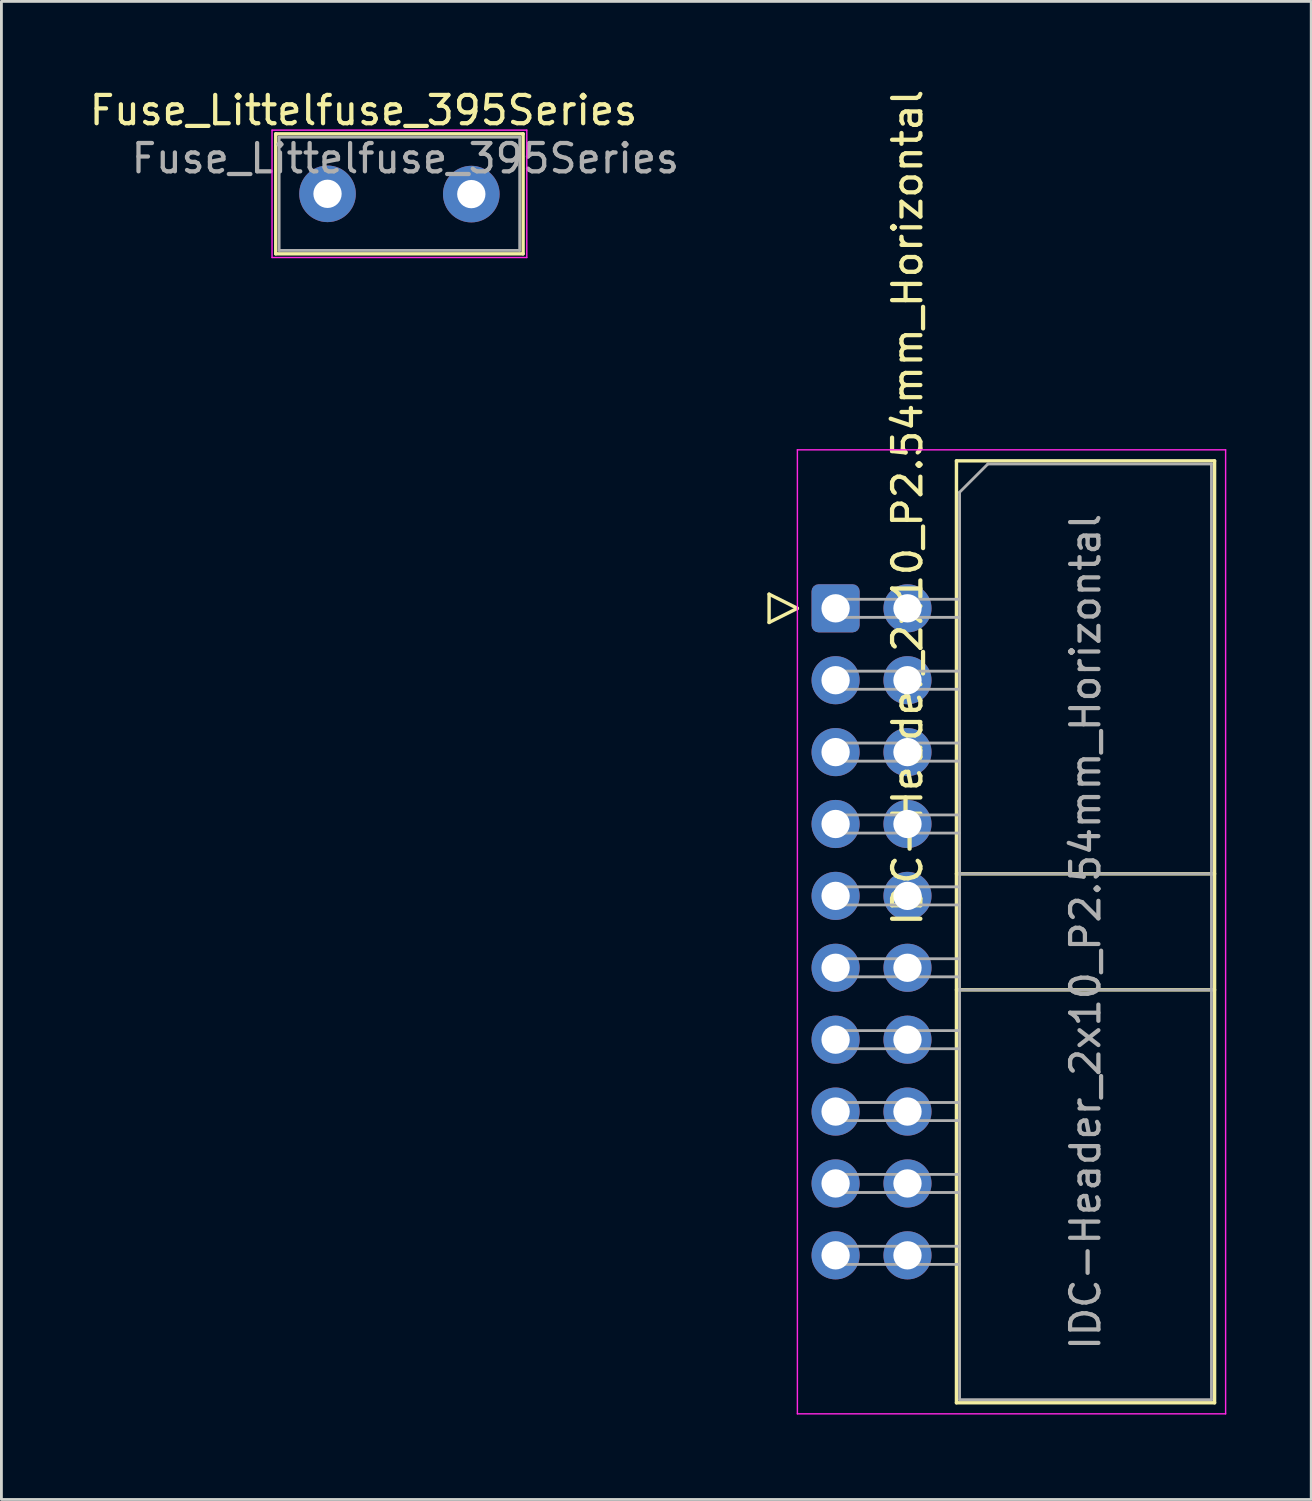
<source format=kicad_pcb>
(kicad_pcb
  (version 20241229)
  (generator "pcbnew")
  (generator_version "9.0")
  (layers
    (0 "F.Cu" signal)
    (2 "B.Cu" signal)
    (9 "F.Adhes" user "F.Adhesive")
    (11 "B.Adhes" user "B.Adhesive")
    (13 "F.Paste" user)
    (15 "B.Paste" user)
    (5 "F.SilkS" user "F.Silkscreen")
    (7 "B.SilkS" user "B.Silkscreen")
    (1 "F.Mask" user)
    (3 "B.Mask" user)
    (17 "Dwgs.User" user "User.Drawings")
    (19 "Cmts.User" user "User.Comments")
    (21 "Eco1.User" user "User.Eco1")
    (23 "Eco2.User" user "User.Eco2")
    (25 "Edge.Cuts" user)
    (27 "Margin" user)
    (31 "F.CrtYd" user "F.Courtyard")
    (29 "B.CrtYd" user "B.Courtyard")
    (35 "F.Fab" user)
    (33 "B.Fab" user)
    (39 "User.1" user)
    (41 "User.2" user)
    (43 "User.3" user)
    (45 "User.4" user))
  (footprint "IDC-Header_2x10_P2.54mm_Horizontal"
    (layer "F.Cu")
    (at 26.473 18.443)
    (property "Reference" "IDC-Header_2x10_P2.54mm_Horizontal" (at 2.54 -3.556 90) (layer "F.SilkS") (effects (font (size 1 1) (thickness 0.15))))
    (attr through_hole)
    (fp_line (start -2.35 -0.5) (end -2.35 0.5) (stroke (width 0.12) (type solid)) (layer "F.SilkS"))
    (fp_line (start -2.35 0.5) (end -1.35 0) (stroke (width 0.12) (type solid)) (layer "F.SilkS"))
    (fp_line (start -1.35 0) (end -2.35 -0.5) (stroke (width 0.12) (type solid)) (layer "F.SilkS"))
    (fp_line (start 4.27 -5.21) (end 13.39 -5.21) (stroke (width 0.12) (type solid)) (layer "F.SilkS"))
    (fp_line (start 4.27 9.38) (end 13.39 9.38) (stroke (width 0.12) (type solid)) (layer "F.SilkS"))
    (fp_line (start 4.27 13.48) (end 13.39 13.48) (stroke (width 0.12) (type solid)) (layer "F.SilkS"))
    (fp_line (start 4.27 28.07) (end 4.27 -5.21) (stroke (width 0.12) (type solid)) (layer "F.SilkS"))
    (fp_line (start 13.39 -5.21) (end 13.39 28.07) (stroke (width 0.12) (type solid)) (layer "F.SilkS"))
    (fp_line (start 13.39 28.07) (end 4.27 28.07) (stroke (width 0.12) (type solid)) (layer "F.SilkS"))
    (fp_line (start -1.35 -5.6) (end -1.35 28.46) (stroke (width 0.05) (type solid)) (layer "F.CrtYd"))
    (fp_line (start -1.35 28.46) (end 13.78 28.46) (stroke (width 0.05) (type solid)) (layer "F.CrtYd"))
    (fp_line (start 13.78 -5.6) (end -1.35 -5.6) (stroke (width 0.05) (type solid)) (layer "F.CrtYd"))
    (fp_line (start 13.78 28.46) (end 13.78 -5.6) (stroke (width 0.05) (type solid)) (layer "F.CrtYd"))
    (fp_line (start -0.32 -0.32) (end -0.32 0.32) (stroke (width 0.1) (type solid)) (layer "F.Fab"))
    (fp_line (start -0.32 0.32) (end 4.38 0.32) (stroke (width 0.1) (type solid)) (layer "F.Fab"))
    (fp_line (start -0.32 2.22) (end -0.32 2.86) (stroke (width 0.1) (type solid)) (layer "F.Fab"))
    (fp_line (start -0.32 2.86) (end 4.38 2.86) (stroke (width 0.1) (type solid)) (layer "F.Fab"))
    (fp_line (start -0.32 4.76) (end -0.32 5.4) (stroke (width 0.1) (type solid)) (layer "F.Fab"))
    (fp_line (start -0.32 5.4) (end 4.38 5.4) (stroke (width 0.1) (type solid)) (layer "F.Fab"))
    (fp_line (start -0.32 7.3) (end -0.32 7.94) (stroke (width 0.1) (type solid)) (layer "F.Fab"))
    (fp_line (start -0.32 7.94) (end 4.38 7.94) (stroke (width 0.1) (type solid)) (layer "F.Fab"))
    (fp_line (start -0.32 9.84) (end -0.32 10.48) (stroke (width 0.1) (type solid)) (layer "F.Fab"))
    (fp_line (start -0.32 10.48) (end 4.38 10.48) (stroke (width 0.1) (type solid)) (layer "F.Fab"))
    (fp_line (start -0.32 12.38) (end -0.32 13.02) (stroke (width 0.1) (type solid)) (layer "F.Fab"))
    (fp_line (start -0.32 13.02) (end 4.38 13.02) (stroke (width 0.1) (type solid)) (layer "F.Fab"))
    (fp_line (start -0.32 14.92) (end -0.32 15.56) (stroke (width 0.1) (type solid)) (layer "F.Fab"))
    (fp_line (start -0.32 15.56) (end 4.38 15.56) (stroke (width 0.1) (type solid)) (layer "F.Fab"))
    (fp_line (start -0.32 17.46) (end -0.32 18.1) (stroke (width 0.1) (type solid)) (layer "F.Fab"))
    (fp_line (start -0.32 18.1) (end 4.38 18.1) (stroke (width 0.1) (type solid)) (layer "F.Fab"))
    (fp_line (start -0.32 20) (end -0.32 20.64) (stroke (width 0.1) (type solid)) (layer "F.Fab"))
    (fp_line (start -0.32 20.64) (end 4.38 20.64) (stroke (width 0.1) (type solid)) (layer "F.Fab"))
    (fp_line (start -0.32 22.54) (end -0.32 23.18) (stroke (width 0.1) (type solid)) (layer "F.Fab"))
    (fp_line (start -0.32 23.18) (end 4.38 23.18) (stroke (width 0.1) (type solid)) (layer "F.Fab"))
    (fp_line (start 4.38 -4.1) (end 5.38 -5.1) (stroke (width 0.1) (type solid)) (layer "F.Fab"))
    (fp_line (start 4.38 -0.32) (end -0.32 -0.32) (stroke (width 0.1) (type solid)) (layer "F.Fab"))
    (fp_line (start 4.38 2.22) (end -0.32 2.22) (stroke (width 0.1) (type solid)) (layer "F.Fab"))
    (fp_line (start 4.38 4.76) (end -0.32 4.76) (stroke (width 0.1) (type solid)) (layer "F.Fab"))
    (fp_line (start 4.38 7.3) (end -0.32 7.3) (stroke (width 0.1) (type solid)) (layer "F.Fab"))
    (fp_line (start 4.38 9.38) (end 13.28 9.38) (stroke (width 0.1) (type solid)) (layer "F.Fab"))
    (fp_line (start 4.38 9.84) (end -0.32 9.84) (stroke (width 0.1) (type solid)) (layer "F.Fab"))
    (fp_line (start 4.38 12.38) (end -0.32 12.38) (stroke (width 0.1) (type solid)) (layer "F.Fab"))
    (fp_line (start 4.38 13.48) (end 13.28 13.48) (stroke (width 0.1) (type solid)) (layer "F.Fab"))
    (fp_line (start 4.38 14.92) (end -0.32 14.92) (stroke (width 0.1) (type solid)) (layer "F.Fab"))
    (fp_line (start 4.38 17.46) (end -0.32 17.46) (stroke (width 0.1) (type solid)) (layer "F.Fab"))
    (fp_line (start 4.38 20) (end -0.32 20) (stroke (width 0.1) (type solid)) (layer "F.Fab"))
    (fp_line (start 4.38 22.54) (end -0.32 22.54) (stroke (width 0.1) (type solid)) (layer "F.Fab"))
    (fp_line (start 4.38 27.96) (end 4.38 -4.1) (stroke (width 0.1) (type solid)) (layer "F.Fab"))
    (fp_line (start 5.38 -5.1) (end 13.28 -5.1) (stroke (width 0.1) (type solid)) (layer "F.Fab"))
    (fp_line (start 13.28 -5.1) (end 13.28 27.96) (stroke (width 0.1) (type solid)) (layer "F.Fab"))
    (fp_line (start 13.28 27.96) (end 4.38 27.96) (stroke (width 0.1) (type solid)) (layer "F.Fab"))
    (fp_text user "${REFERENCE}" (at 8.83 11.43 270) (layer "F.Fab") (effects (font (size 1 1) (thickness 0.15))))
    (pad "1" thru_hole roundrect (at 0 0) (size 1.7 1.7) (drill 1) (layers "*.Cu" "*.Mask") (roundrect_rratio 0.147))
    (pad "2" thru_hole circle (at 2.54 0) (size 1.7 1.7) (drill 1) (layers "*.Cu" "*.Mask"))
    (pad "3" thru_hole circle (at 0 2.54) (size 1.7 1.7) (drill 1) (layers "*.Cu" "*.Mask"))
    (pad "4" thru_hole circle (at 2.54 2.54) (size 1.7 1.7) (drill 1) (layers "*.Cu" "*.Mask"))
    (pad "5" thru_hole circle (at 0 5.08) (size 1.7 1.7) (drill 1) (layers "*.Cu" "*.Mask"))
    (pad "6" thru_hole circle (at 2.54 5.08) (size 1.7 1.7) (drill 1) (layers "*.Cu" "*.Mask"))
    (pad "7" thru_hole circle (at 0 7.62) (size 1.7 1.7) (drill 1) (layers "*.Cu" "*.Mask"))
    (pad "8" thru_hole circle (at 2.54 7.62) (size 1.7 1.7) (drill 1) (layers "*.Cu" "*.Mask"))
    (pad "9" thru_hole circle (at 0 10.16) (size 1.7 1.7) (drill 1) (layers "*.Cu" "*.Mask"))
    (pad "10" thru_hole circle (at 2.54 10.16) (size 1.7 1.7) (drill 1) (layers "*.Cu" "*.Mask"))
    (pad "11" thru_hole circle (at 0 12.7) (size 1.7 1.7) (drill 1) (layers "*.Cu" "*.Mask"))
    (pad "12" thru_hole circle (at 2.54 12.7) (size 1.7 1.7) (drill 1) (layers "*.Cu" "*.Mask"))
    (pad "13" thru_hole circle (at 0 15.24) (size 1.7 1.7) (drill 1) (layers "*.Cu" "*.Mask"))
    (pad "14" thru_hole circle (at 2.54 15.24) (size 1.7 1.7) (drill 1) (layers "*.Cu" "*.Mask"))
    (pad "15" thru_hole circle (at 0 17.78) (size 1.7 1.7) (drill 1) (layers "*.Cu" "*.Mask"))
    (pad "16" thru_hole circle (at 2.54 17.78) (size 1.7 1.7) (drill 1) (layers "*.Cu" "*.Mask"))
    (pad "17" thru_hole circle (at 0 20.32) (size 1.7 1.7) (drill 1) (layers "*.Cu" "*.Mask"))
    (pad "18" thru_hole circle (at 2.54 20.32) (size 1.7 1.7) (drill 1) (layers "*.Cu" "*.Mask"))
    (pad "19" thru_hole circle (at 0 22.86) (size 1.7 1.7) (drill 1) (layers "*.Cu" "*.Mask"))
    (pad "20" thru_hole circle (at 2.54 22.86) (size 1.7 1.7) (drill 1) (layers "*.Cu" "*.Mask")))
  (footprint "Fuse_Littelfuse_395Series"
    (layer "F.Cu")
    (at 8.522 3.798)
    (property "Reference" "Fuse_Littelfuse_395Series" (at 1.27 -2.95 180) (layer "F.SilkS") (effects (font (size 1 1) (thickness 0.15))))
    (attr through_hole)
    (fp_line (start -1.83 -2.12) (end -1.83 2.12) (stroke (width 0.12) (type solid)) (layer "F.SilkS"))
    (fp_line (start -1.83 -2.12) (end 6.91 -2.12) (stroke (width 0.12) (type solid)) (layer "F.SilkS"))
    (fp_line (start 6.91 2.12) (end -1.83 2.12) (stroke (width 0.12) (type solid)) (layer "F.SilkS"))
    (fp_line (start 6.91 2.12) (end 6.91 -2.12) (stroke (width 0.12) (type solid)) (layer "F.SilkS"))
    (fp_line (start -1.96 -2.25) (end -1.96 2.25) (stroke (width 0.05) (type solid)) (layer "F.CrtYd"))
    (fp_line (start -1.96 -2.25) (end 7.04 -2.25) (stroke (width 0.05) (type solid)) (layer "F.CrtYd"))
    (fp_line (start 7.04 2.25) (end -1.96 2.25) (stroke (width 0.05) (type solid)) (layer "F.CrtYd"))
    (fp_line (start 7.04 2.25) (end 7.04 -2.25) (stroke (width 0.05) (type solid)) (layer "F.CrtYd"))
    (fp_line (start -1.71 -2) (end -1.71 2) (stroke (width 0.1) (type solid)) (layer "F.Fab"))
    (fp_line (start -1.71 2) (end 6.79 2) (stroke (width 0.1) (type solid)) (layer "F.Fab"))
    (fp_line (start 6.79 -2) (end -1.71 -2) (stroke (width 0.1) (type solid)) (layer "F.Fab"))
    (fp_line (start 6.79 2) (end 6.79 -2) (stroke (width 0.1) (type solid)) (layer "F.Fab"))
    (fp_text user "${REFERENCE}" (at 2.75 -1.25 180) (layer "F.Fab") (effects (font (size 1 1) (thickness 0.15))))
    (pad "1" thru_hole circle (at 0 0) (size 2 2) (drill 1) (layers "*.Cu" "*.Mask"))
    (pad "2" thru_hole circle (at 5.08 0.01) (size 2 2) (drill 1) (layers "*.Cu" "*.Mask")))
  (gr_rect
    (start -3 -3)
    (end 43.278 49.928)
    (stroke (width 0.1) (type default))
    (fill no)
    (layer "Edge.Cuts")))
</source>
